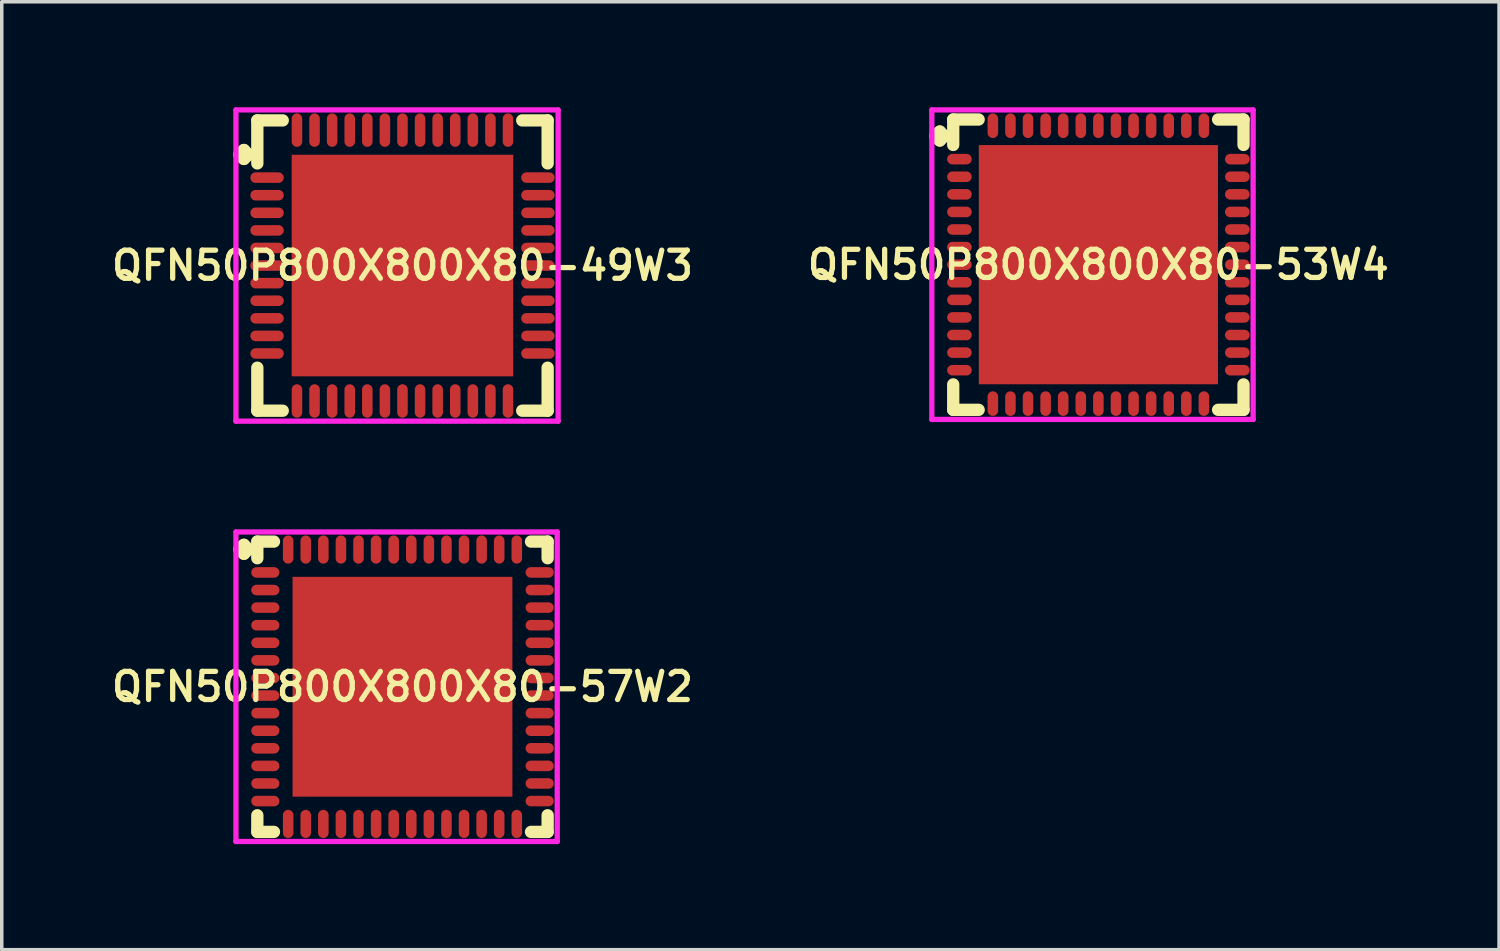
<source format=kicad_pcb>
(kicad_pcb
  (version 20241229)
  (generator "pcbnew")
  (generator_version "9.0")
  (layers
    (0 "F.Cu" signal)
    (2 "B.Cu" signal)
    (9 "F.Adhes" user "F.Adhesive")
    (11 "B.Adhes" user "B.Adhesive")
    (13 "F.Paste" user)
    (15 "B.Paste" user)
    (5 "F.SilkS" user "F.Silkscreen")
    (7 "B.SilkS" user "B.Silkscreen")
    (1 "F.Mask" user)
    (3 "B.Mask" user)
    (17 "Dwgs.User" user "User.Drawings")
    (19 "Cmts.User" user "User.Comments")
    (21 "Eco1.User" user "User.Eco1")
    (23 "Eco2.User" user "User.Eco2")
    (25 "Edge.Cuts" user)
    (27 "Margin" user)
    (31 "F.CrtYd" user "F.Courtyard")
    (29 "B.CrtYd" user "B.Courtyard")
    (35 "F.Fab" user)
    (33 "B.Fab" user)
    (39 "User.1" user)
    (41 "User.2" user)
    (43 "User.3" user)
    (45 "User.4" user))
  (footprint "QFN50P800X800X80-53W4"
    (layer "F.Cu")
    (at 28.178 4.475)
    (property "Reference" "QFN50P800X800X80-53W4" (at 0 0 0) (layer "F.SilkS") (effects (font (size 0.8 0.8) (thickness 0.15))))
    (attr smd)
    (fp_line (start -4.635 -3.658) (end -4.508 -3.785) (stroke (width 0.35) (type solid)) (layer "F.SilkS"))
    (fp_line (start -4.508 -3.785) (end -4.381 -3.658) (stroke (width 0.35) (type solid)) (layer "F.SilkS"))
    (fp_line (start -4.508 -3.531) (end -4.635 -3.658) (stroke (width 0.35) (type solid)) (layer "F.SilkS"))
    (fp_line (start -4.381 -3.658) (end -4.508 -3.531) (stroke (width 0.35) (type solid)) (layer "F.SilkS"))
    (fp_line (start -4.127 -4.127) (end -3.404 -4.127) (stroke (width 0.35) (type solid)) (layer "F.SilkS"))
    (fp_line (start -4.127 -3.404) (end -4.127 -4.127) (stroke (width 0.35) (type solid)) (layer "F.SilkS"))
    (fp_line (start -4.127 3.404) (end -4.127 4.127) (stroke (width 0.35) (type solid)) (layer "F.SilkS"))
    (fp_line (start -4.127 4.127) (end -3.404 4.127) (stroke (width 0.35) (type solid)) (layer "F.SilkS"))
    (fp_line (start 3.404 -4.127) (end 4.127 -4.127) (stroke (width 0.35) (type solid)) (layer "F.SilkS"))
    (fp_line (start 3.404 4.127) (end 4.127 4.127) (stroke (width 0.35) (type solid)) (layer "F.SilkS"))
    (fp_line (start 4.127 -4.127) (end 4.127 -3.404) (stroke (width 0.35) (type solid)) (layer "F.SilkS"))
    (fp_line (start 4.127 4.127) (end 4.127 3.404) (stroke (width 0.35) (type solid)) (layer "F.SilkS"))
    (fp_line (start -4.735 -4.4) (end 4.4 -4.4) (stroke (width 0.15) (type solid)) (layer "F.CrtYd"))
    (fp_line (start -4.735 4.4) (end -4.735 -4.4) (stroke (width 0.15) (type solid)) (layer "F.CrtYd"))
    (fp_line (start 4.4 -4.4) (end 4.4 4.4) (stroke (width 0.15) (type solid)) (layer "F.CrtYd"))
    (fp_line (start 4.4 4.4) (end -4.735 4.4) (stroke (width 0.15) (type solid)) (layer "F.CrtYd"))
    (pad "1" smd oval (at -3.95 -3) (size 0.7 0.3) (layers "F.Cu" "F.Mask" "F.Paste"))
    (pad "2" smd oval (at -3.95 -2.5) (size 0.7 0.3) (layers "F.Cu" "F.Mask" "F.Paste"))
    (pad "3" smd oval (at -3.95 -2) (size 0.7 0.3) (layers "F.Cu" "F.Mask" "F.Paste"))
    (pad "4" smd oval (at -3.95 -1.5) (size 0.7 0.3) (layers "F.Cu" "F.Mask" "F.Paste"))
    (pad "5" smd oval (at -3.95 -1) (size 0.7 0.3) (layers "F.Cu" "F.Mask" "F.Paste"))
    (pad "6" smd oval (at -3.95 -0.5) (size 0.7 0.3) (layers "F.Cu" "F.Mask" "F.Paste"))
    (pad "7" smd oval (at -3.95 0) (size 0.7 0.3) (layers "F.Cu" "F.Mask" "F.Paste"))
    (pad "8" smd oval (at -3.95 0.5) (size 0.7 0.3) (layers "F.Cu" "F.Mask" "F.Paste"))
    (pad "9" smd oval (at -3.95 1) (size 0.7 0.3) (layers "F.Cu" "F.Mask" "F.Paste"))
    (pad "10" smd oval (at -3.95 1.5) (size 0.7 0.3) (layers "F.Cu" "F.Mask" "F.Paste"))
    (pad "11" smd oval (at -3.95 2) (size 0.7 0.3) (layers "F.Cu" "F.Mask" "F.Paste"))
    (pad "12" smd oval (at -3.95 2.5) (size 0.7 0.3) (layers "F.Cu" "F.Mask" "F.Paste"))
    (pad "13" smd oval (at -3.95 3) (size 0.7 0.3) (layers "F.Cu" "F.Mask" "F.Paste"))
    (pad "14" smd oval (at -3 3.95) (size 0.3 0.7) (layers "F.Cu" "F.Mask" "F.Paste"))
    (pad "15" smd oval (at -2.5 3.95) (size 0.3 0.7) (layers "F.Cu" "F.Mask" "F.Paste"))
    (pad "16" smd oval (at -2 3.95) (size 0.3 0.7) (layers "F.Cu" "F.Mask" "F.Paste"))
    (pad "17" smd oval (at -1.5 3.95) (size 0.3 0.7) (layers "F.Cu" "F.Mask" "F.Paste"))
    (pad "18" smd oval (at -1 3.95) (size 0.3 0.7) (layers "F.Cu" "F.Mask" "F.Paste"))
    (pad "19" smd oval (at -0.5 3.95) (size 0.3 0.7) (layers "F.Cu" "F.Mask" "F.Paste"))
    (pad "20" smd oval (at 0 3.95) (size 0.3 0.7) (layers "F.Cu" "F.Mask" "F.Paste"))
    (pad "21" smd oval (at 0.5 3.95) (size 0.3 0.7) (layers "F.Cu" "F.Mask" "F.Paste"))
    (pad "22" smd oval (at 1 3.95) (size 0.3 0.7) (layers "F.Cu" "F.Mask" "F.Paste"))
    (pad "23" smd oval (at 1.5 3.95) (size 0.3 0.7) (layers "F.Cu" "F.Mask" "F.Paste"))
    (pad "24" smd oval (at 2 3.95) (size 0.3 0.7) (layers "F.Cu" "F.Mask" "F.Paste"))
    (pad "25" smd oval (at 2.5 3.95) (size 0.3 0.7) (layers "F.Cu" "F.Mask" "F.Paste"))
    (pad "26" smd oval (at 3 3.95) (size 0.3 0.7) (layers "F.Cu" "F.Mask" "F.Paste"))
    (pad "27" smd oval (at 3.95 3) (size 0.7 0.3) (layers "F.Cu" "F.Mask" "F.Paste"))
    (pad "28" smd oval (at 3.95 2.5) (size 0.7 0.3) (layers "F.Cu" "F.Mask" "F.Paste"))
    (pad "29" smd oval (at 3.95 2) (size 0.7 0.3) (layers "F.Cu" "F.Mask" "F.Paste"))
    (pad "30" smd oval (at 3.95 1.5) (size 0.7 0.3) (layers "F.Cu" "F.Mask" "F.Paste"))
    (pad "31" smd oval (at 3.95 1) (size 0.7 0.3) (layers "F.Cu" "F.Mask" "F.Paste"))
    (pad "32" smd oval (at 3.95 0.5) (size 0.7 0.3) (layers "F.Cu" "F.Mask" "F.Paste"))
    (pad "33" smd oval (at 3.95 0) (size 0.7 0.3) (layers "F.Cu" "F.Mask" "F.Paste"))
    (pad "34" smd oval (at 3.95 -0.5) (size 0.7 0.3) (layers "F.Cu" "F.Mask" "F.Paste"))
    (pad "35" smd oval (at 3.95 -1) (size 0.7 0.3) (layers "F.Cu" "F.Mask" "F.Paste"))
    (pad "36" smd oval (at 3.95 -1.5) (size 0.7 0.3) (layers "F.Cu" "F.Mask" "F.Paste"))
    (pad "37" smd oval (at 3.95 -2) (size 0.7 0.3) (layers "F.Cu" "F.Mask" "F.Paste"))
    (pad "38" smd oval (at 3.95 -2.5) (size 0.7 0.3) (layers "F.Cu" "F.Mask" "F.Paste"))
    (pad "39" smd oval (at 3.95 -3) (size 0.7 0.3) (layers "F.Cu" "F.Mask" "F.Paste"))
    (pad "40" smd oval (at 3 -3.95) (size 0.3 0.7) (layers "F.Cu" "F.Mask" "F.Paste"))
    (pad "41" smd oval (at 2.5 -3.95) (size 0.3 0.7) (layers "F.Cu" "F.Mask" "F.Paste"))
    (pad "42" smd oval (at 2 -3.95) (size 0.3 0.7) (layers "F.Cu" "F.Mask" "F.Paste"))
    (pad "43" smd oval (at 1.5 -3.95) (size 0.3 0.7) (layers "F.Cu" "F.Mask" "F.Paste"))
    (pad "44" smd oval (at 1 -3.95) (size 0.3 0.7) (layers "F.Cu" "F.Mask" "F.Paste"))
    (pad "45" smd oval (at 0.5 -3.95) (size 0.3 0.7) (layers "F.Cu" "F.Mask" "F.Paste"))
    (pad "46" smd oval (at 0 -3.95) (size 0.3 0.7) (layers "F.Cu" "F.Mask" "F.Paste"))
    (pad "47" smd oval (at -0.5 -3.95) (size 0.3 0.7) (layers "F.Cu" "F.Mask" "F.Paste"))
    (pad "48" smd oval (at -1 -3.95) (size 0.3 0.7) (layers "F.Cu" "F.Mask" "F.Paste"))
    (pad "49" smd oval (at -1.5 -3.95) (size 0.3 0.7) (layers "F.Cu" "F.Mask" "F.Paste"))
    (pad "50" smd oval (at -2 -3.95) (size 0.3 0.7) (layers "F.Cu" "F.Mask" "F.Paste"))
    (pad "51" smd oval (at -2.5 -3.95) (size 0.3 0.7) (layers "F.Cu" "F.Mask" "F.Paste"))
    (pad "52" smd oval (at -3 -3.95) (size 0.3 0.7) (layers "F.Cu" "F.Mask" "F.Paste"))
    (pad "53" smd rect (at 0 0) (size 6.8 6.8) (layers "F.Cu" "F.Mask" "F.Paste")))
  (footprint "QFN50P800X800X80-57W2"
    (layer "F.Cu")
    (at 8.393 16.475)
    (property "Reference" "QFN50P800X800X80-57W2" (at 0 0 0) (layer "F.SilkS") (effects (font (size 0.8 0.8) (thickness 0.15))))
    (attr smd)
    (fp_line (start -4.635 -3.908) (end -4.508 -4.035) (stroke (width 0.35) (type solid)) (layer "F.SilkS"))
    (fp_line (start -4.508 -4.035) (end -4.381 -3.908) (stroke (width 0.35) (type solid)) (layer "F.SilkS"))
    (fp_line (start -4.508 -3.781) (end -4.635 -3.908) (stroke (width 0.35) (type solid)) (layer "F.SilkS"))
    (fp_line (start -4.381 -3.908) (end -4.508 -3.781) (stroke (width 0.35) (type solid)) (layer "F.SilkS"))
    (fp_line (start -4.127 -4.127) (end -3.654 -4.127) (stroke (width 0.35) (type solid)) (layer "F.SilkS"))
    (fp_line (start -4.127 -3.654) (end -4.127 -4.127) (stroke (width 0.35) (type solid)) (layer "F.SilkS"))
    (fp_line (start -4.127 3.654) (end -4.127 4.127) (stroke (width 0.35) (type solid)) (layer "F.SilkS"))
    (fp_line (start -4.127 4.127) (end -3.654 4.127) (stroke (width 0.35) (type solid)) (layer "F.SilkS"))
    (fp_line (start 3.654 -4.127) (end 4.127 -4.127) (stroke (width 0.35) (type solid)) (layer "F.SilkS"))
    (fp_line (start 3.654 4.127) (end 4.127 4.127) (stroke (width 0.35) (type solid)) (layer "F.SilkS"))
    (fp_line (start 4.127 -4.127) (end 4.127 -3.654) (stroke (width 0.35) (type solid)) (layer "F.SilkS"))
    (fp_line (start 4.127 4.127) (end 4.127 3.654) (stroke (width 0.35) (type solid)) (layer "F.SilkS"))
    (fp_line (start -4.735 -4.4) (end 4.4 -4.4) (stroke (width 0.15) (type solid)) (layer "F.CrtYd"))
    (fp_line (start -4.735 4.4) (end -4.735 -4.4) (stroke (width 0.15) (type solid)) (layer "F.CrtYd"))
    (fp_line (start 4.4 -4.4) (end 4.4 4.4) (stroke (width 0.15) (type solid)) (layer "F.CrtYd"))
    (fp_line (start 4.4 4.4) (end -4.735 4.4) (stroke (width 0.15) (type solid)) (layer "F.CrtYd"))
    (pad "1" smd oval (at -3.9 -3.25) (size 0.8 0.3) (layers "F.Cu" "F.Mask" "F.Paste"))
    (pad "2" smd oval (at -3.9 -2.75) (size 0.8 0.3) (layers "F.Cu" "F.Mask" "F.Paste"))
    (pad "3" smd oval (at -3.9 -2.25) (size 0.8 0.3) (layers "F.Cu" "F.Mask" "F.Paste"))
    (pad "4" smd oval (at -3.9 -1.75) (size 0.8 0.3) (layers "F.Cu" "F.Mask" "F.Paste"))
    (pad "5" smd oval (at -3.9 -1.25) (size 0.8 0.3) (layers "F.Cu" "F.Mask" "F.Paste"))
    (pad "6" smd oval (at -3.9 -0.75) (size 0.8 0.3) (layers "F.Cu" "F.Mask" "F.Paste"))
    (pad "7" smd oval (at -3.9 -0.25) (size 0.8 0.3) (layers "F.Cu" "F.Mask" "F.Paste"))
    (pad "8" smd oval (at -3.9 0.25) (size 0.8 0.3) (layers "F.Cu" "F.Mask" "F.Paste"))
    (pad "9" smd oval (at -3.9 0.75) (size 0.8 0.3) (layers "F.Cu" "F.Mask" "F.Paste"))
    (pad "10" smd oval (at -3.9 1.25) (size 0.8 0.3) (layers "F.Cu" "F.Mask" "F.Paste"))
    (pad "11" smd oval (at -3.9 1.75) (size 0.8 0.3) (layers "F.Cu" "F.Mask" "F.Paste"))
    (pad "12" smd oval (at -3.9 2.25) (size 0.8 0.3) (layers "F.Cu" "F.Mask" "F.Paste"))
    (pad "13" smd oval (at -3.9 2.75) (size 0.8 0.3) (layers "F.Cu" "F.Mask" "F.Paste"))
    (pad "14" smd oval (at -3.9 3.25) (size 0.8 0.3) (layers "F.Cu" "F.Mask" "F.Paste"))
    (pad "15" smd oval (at -3.25 3.9) (size 0.3 0.8) (layers "F.Cu" "F.Mask" "F.Paste"))
    (pad "16" smd oval (at -2.75 3.9) (size 0.3 0.8) (layers "F.Cu" "F.Mask" "F.Paste"))
    (pad "17" smd oval (at -2.25 3.9) (size 0.3 0.8) (layers "F.Cu" "F.Mask" "F.Paste"))
    (pad "18" smd oval (at -1.75 3.9) (size 0.3 0.8) (layers "F.Cu" "F.Mask" "F.Paste"))
    (pad "19" smd oval (at -1.25 3.9) (size 0.3 0.8) (layers "F.Cu" "F.Mask" "F.Paste"))
    (pad "20" smd oval (at -0.75 3.9) (size 0.3 0.8) (layers "F.Cu" "F.Mask" "F.Paste"))
    (pad "21" smd oval (at -0.25 3.9) (size 0.3 0.8) (layers "F.Cu" "F.Mask" "F.Paste"))
    (pad "22" smd oval (at 0.25 3.9) (size 0.3 0.8) (layers "F.Cu" "F.Mask" "F.Paste"))
    (pad "23" smd oval (at 0.75 3.9) (size 0.3 0.8) (layers "F.Cu" "F.Mask" "F.Paste"))
    (pad "24" smd oval (at 1.25 3.9) (size 0.3 0.8) (layers "F.Cu" "F.Mask" "F.Paste"))
    (pad "25" smd oval (at 1.75 3.9) (size 0.3 0.8) (layers "F.Cu" "F.Mask" "F.Paste"))
    (pad "26" smd oval (at 2.25 3.9) (size 0.3 0.8) (layers "F.Cu" "F.Mask" "F.Paste"))
    (pad "27" smd oval (at 2.75 3.9) (size 0.3 0.8) (layers "F.Cu" "F.Mask" "F.Paste"))
    (pad "28" smd oval (at 3.25 3.9) (size 0.3 0.8) (layers "F.Cu" "F.Mask" "F.Paste"))
    (pad "29" smd oval (at 3.9 3.25) (size 0.8 0.3) (layers "F.Cu" "F.Mask" "F.Paste"))
    (pad "30" smd oval (at 3.9 2.75) (size 0.8 0.3) (layers "F.Cu" "F.Mask" "F.Paste"))
    (pad "31" smd oval (at 3.9 2.25) (size 0.8 0.3) (layers "F.Cu" "F.Mask" "F.Paste"))
    (pad "32" smd oval (at 3.9 1.75) (size 0.8 0.3) (layers "F.Cu" "F.Mask" "F.Paste"))
    (pad "33" smd oval (at 3.9 1.25) (size 0.8 0.3) (layers "F.Cu" "F.Mask" "F.Paste"))
    (pad "34" smd oval (at 3.9 0.75) (size 0.8 0.3) (layers "F.Cu" "F.Mask" "F.Paste"))
    (pad "35" smd oval (at 3.9 0.25) (size 0.8 0.3) (layers "F.Cu" "F.Mask" "F.Paste"))
    (pad "36" smd oval (at 3.9 -0.25) (size 0.8 0.3) (layers "F.Cu" "F.Mask" "F.Paste"))
    (pad "37" smd oval (at 3.9 -0.75) (size 0.8 0.3) (layers "F.Cu" "F.Mask" "F.Paste"))
    (pad "38" smd oval (at 3.9 -1.25) (size 0.8 0.3) (layers "F.Cu" "F.Mask" "F.Paste"))
    (pad "39" smd oval (at 3.9 -1.75) (size 0.8 0.3) (layers "F.Cu" "F.Mask" "F.Paste"))
    (pad "40" smd oval (at 3.9 -2.25) (size 0.8 0.3) (layers "F.Cu" "F.Mask" "F.Paste"))
    (pad "41" smd oval (at 3.9 -2.75) (size 0.8 0.3) (layers "F.Cu" "F.Mask" "F.Paste"))
    (pad "42" smd oval (at 3.9 -3.25) (size 0.8 0.3) (layers "F.Cu" "F.Mask" "F.Paste"))
    (pad "43" smd oval (at 3.25 -3.9) (size 0.3 0.8) (layers "F.Cu" "F.Mask" "F.Paste"))
    (pad "44" smd oval (at 2.75 -3.9) (size 0.3 0.8) (layers "F.Cu" "F.Mask" "F.Paste"))
    (pad "45" smd oval (at 2.25 -3.9) (size 0.3 0.8) (layers "F.Cu" "F.Mask" "F.Paste"))
    (pad "46" smd oval (at 1.75 -3.9) (size 0.3 0.8) (layers "F.Cu" "F.Mask" "F.Paste"))
    (pad "47" smd oval (at 1.25 -3.9) (size 0.3 0.8) (layers "F.Cu" "F.Mask" "F.Paste"))
    (pad "48" smd oval (at 0.75 -3.9) (size 0.3 0.8) (layers "F.Cu" "F.Mask" "F.Paste"))
    (pad "49" smd oval (at 0.25 -3.9) (size 0.3 0.8) (layers "F.Cu" "F.Mask" "F.Paste"))
    (pad "50" smd oval (at -0.25 -3.9) (size 0.3 0.8) (layers "F.Cu" "F.Mask" "F.Paste"))
    (pad "51" smd oval (at -0.75 -3.9) (size 0.3 0.8) (layers "F.Cu" "F.Mask" "F.Paste"))
    (pad "52" smd oval (at -1.25 -3.9) (size 0.3 0.8) (layers "F.Cu" "F.Mask" "F.Paste"))
    (pad "53" smd oval (at -1.75 -3.9) (size 0.3 0.8) (layers "F.Cu" "F.Mask" "F.Paste"))
    (pad "54" smd oval (at -2.25 -3.9) (size 0.3 0.8) (layers "F.Cu" "F.Mask" "F.Paste"))
    (pad "55" smd oval (at -2.75 -3.9) (size 0.3 0.8) (layers "F.Cu" "F.Mask" "F.Paste"))
    (pad "56" smd oval (at -3.25 -3.9) (size 0.3 0.8) (layers "F.Cu" "F.Mask" "F.Paste"))
    (pad "57" smd rect (at 0 0) (size 6.25 6.25) (layers "F.Cu" "F.Mask" "F.Paste")))
  (footprint "QFN50P800X800X80-49W3"
    (layer "F.Cu")
    (at 8.393 4.5)
    (property "Reference" "QFN50P800X800X80-49W3" (at 0 0 0) (layer "F.SilkS") (effects (font (size 0.8 0.8) (thickness 0.15))))
    (attr smd)
    (fp_line (start -4.635 -3.158) (end -4.508 -3.285) (stroke (width 0.35) (type solid)) (layer "F.SilkS"))
    (fp_line (start -4.508 -3.285) (end -4.381 -3.158) (stroke (width 0.35) (type solid)) (layer "F.SilkS"))
    (fp_line (start -4.508 -3.031) (end -4.635 -3.158) (stroke (width 0.35) (type solid)) (layer "F.SilkS"))
    (fp_line (start -4.381 -3.158) (end -4.508 -3.031) (stroke (width 0.35) (type solid)) (layer "F.SilkS"))
    (fp_line (start -4.127 -4.127) (end -3.404 -4.127) (stroke (width 0.35) (type solid)) (layer "F.SilkS"))
    (fp_line (start -4.127 -2.904) (end -4.127 -4.127) (stroke (width 0.35) (type solid)) (layer "F.SilkS"))
    (fp_line (start -4.127 2.904) (end -4.127 4.127) (stroke (width 0.35) (type solid)) (layer "F.SilkS"))
    (fp_line (start -4.127 4.127) (end -3.404 4.127) (stroke (width 0.35) (type solid)) (layer "F.SilkS"))
    (fp_line (start 3.404 -4.127) (end 4.127 -4.127) (stroke (width 0.35) (type solid)) (layer "F.SilkS"))
    (fp_line (start 3.404 4.127) (end 4.127 4.127) (stroke (width 0.35) (type solid)) (layer "F.SilkS"))
    (fp_line (start 4.127 -4.127) (end 4.127 -2.904) (stroke (width 0.35) (type solid)) (layer "F.SilkS"))
    (fp_line (start 4.127 4.127) (end 4.127 2.904) (stroke (width 0.35) (type solid)) (layer "F.SilkS"))
    (fp_line (start -4.735 -4.425) (end 4.425 -4.425) (stroke (width 0.15) (type solid)) (layer "F.CrtYd"))
    (fp_line (start -4.735 4.425) (end -4.735 -4.425) (stroke (width 0.15) (type solid)) (layer "F.CrtYd"))
    (fp_line (start 4.425 -4.425) (end 4.425 4.425) (stroke (width 0.15) (type solid)) (layer "F.CrtYd"))
    (fp_line (start 4.425 4.425) (end -4.735 4.425) (stroke (width 0.15) (type solid)) (layer "F.CrtYd"))
    (pad "1" smd oval (at -3.85 -2.5) (size 0.95 0.3) (layers "F.Cu" "F.Mask" "F.Paste"))
    (pad "2" smd oval (at -3.85 -2) (size 0.95 0.3) (layers "F.Cu" "F.Mask" "F.Paste"))
    (pad "3" smd oval (at -3.85 -1.5) (size 0.95 0.3) (layers "F.Cu" "F.Mask" "F.Paste"))
    (pad "4" smd oval (at -3.85 -1) (size 0.95 0.3) (layers "F.Cu" "F.Mask" "F.Paste"))
    (pad "5" smd oval (at -3.85 -0.5) (size 0.95 0.3) (layers "F.Cu" "F.Mask" "F.Paste"))
    (pad "6" smd oval (at -3.85 0) (size 0.95 0.3) (layers "F.Cu" "F.Mask" "F.Paste"))
    (pad "7" smd oval (at -3.85 0.5) (size 0.95 0.3) (layers "F.Cu" "F.Mask" "F.Paste"))
    (pad "8" smd oval (at -3.85 1) (size 0.95 0.3) (layers "F.Cu" "F.Mask" "F.Paste"))
    (pad "9" smd oval (at -3.85 1.5) (size 0.95 0.3) (layers "F.Cu" "F.Mask" "F.Paste"))
    (pad "10" smd oval (at -3.85 2) (size 0.95 0.3) (layers "F.Cu" "F.Mask" "F.Paste"))
    (pad "11" smd oval (at -3.85 2.5) (size 0.95 0.3) (layers "F.Cu" "F.Mask" "F.Paste"))
    (pad "12" smd oval (at -3 3.85) (size 0.3 0.95) (layers "F.Cu" "F.Mask" "F.Paste"))
    (pad "13" smd oval (at -2.5 3.85) (size 0.3 0.95) (layers "F.Cu" "F.Mask" "F.Paste"))
    (pad "14" smd oval (at -2 3.85) (size 0.3 0.95) (layers "F.Cu" "F.Mask" "F.Paste"))
    (pad "15" smd oval (at -1.5 3.85) (size 0.3 0.95) (layers "F.Cu" "F.Mask" "F.Paste"))
    (pad "16" smd oval (at -1 3.85) (size 0.3 0.95) (layers "F.Cu" "F.Mask" "F.Paste"))
    (pad "17" smd oval (at -0.5 3.85) (size 0.3 0.95) (layers "F.Cu" "F.Mask" "F.Paste"))
    (pad "18" smd oval (at 0 3.85) (size 0.3 0.95) (layers "F.Cu" "F.Mask" "F.Paste"))
    (pad "19" smd oval (at 0.5 3.85) (size 0.3 0.95) (layers "F.Cu" "F.Mask" "F.Paste"))
    (pad "20" smd oval (at 1 3.85) (size 0.3 0.95) (layers "F.Cu" "F.Mask" "F.Paste"))
    (pad "21" smd oval (at 1.5 3.85) (size 0.3 0.95) (layers "F.Cu" "F.Mask" "F.Paste"))
    (pad "22" smd oval (at 2 3.85) (size 0.3 0.95) (layers "F.Cu" "F.Mask" "F.Paste"))
    (pad "23" smd oval (at 2.5 3.85) (size 0.3 0.95) (layers "F.Cu" "F.Mask" "F.Paste"))
    (pad "24" smd oval (at 3 3.85) (size 0.3 0.95) (layers "F.Cu" "F.Mask" "F.Paste"))
    (pad "25" smd oval (at 3.85 2.5) (size 0.95 0.3) (layers "F.Cu" "F.Mask" "F.Paste"))
    (pad "26" smd oval (at 3.85 2) (size 0.95 0.3) (layers "F.Cu" "F.Mask" "F.Paste"))
    (pad "27" smd oval (at 3.85 1.5) (size 0.95 0.3) (layers "F.Cu" "F.Mask" "F.Paste"))
    (pad "28" smd oval (at 3.85 1) (size 0.95 0.3) (layers "F.Cu" "F.Mask" "F.Paste"))
    (pad "29" smd oval (at 3.85 0.5) (size 0.95 0.3) (layers "F.Cu" "F.Mask" "F.Paste"))
    (pad "30" smd oval (at 3.85 0) (size 0.95 0.3) (layers "F.Cu" "F.Mask" "F.Paste"))
    (pad "31" smd oval (at 3.85 -0.5) (size 0.95 0.3) (layers "F.Cu" "F.Mask" "F.Paste"))
    (pad "32" smd oval (at 3.85 -1) (size 0.95 0.3) (layers "F.Cu" "F.Mask" "F.Paste"))
    (pad "33" smd oval (at 3.85 -1.5) (size 0.95 0.3) (layers "F.Cu" "F.Mask" "F.Paste"))
    (pad "34" smd oval (at 3.85 -2) (size 0.95 0.3) (layers "F.Cu" "F.Mask" "F.Paste"))
    (pad "35" smd oval (at 3.85 -2.5) (size 0.95 0.3) (layers "F.Cu" "F.Mask" "F.Paste"))
    (pad "36" smd oval (at 3 -3.85) (size 0.3 0.95) (layers "F.Cu" "F.Mask" "F.Paste"))
    (pad "37" smd oval (at 2.5 -3.85) (size 0.3 0.95) (layers "F.Cu" "F.Mask" "F.Paste"))
    (pad "38" smd oval (at 2 -3.85) (size 0.3 0.95) (layers "F.Cu" "F.Mask" "F.Paste"))
    (pad "39" smd oval (at 1.5 -3.85) (size 0.3 0.95) (layers "F.Cu" "F.Mask" "F.Paste"))
    (pad "40" smd oval (at 1 -3.85) (size 0.3 0.95) (layers "F.Cu" "F.Mask" "F.Paste"))
    (pad "41" smd oval (at 0.5 -3.85) (size 0.3 0.95) (layers "F.Cu" "F.Mask" "F.Paste"))
    (pad "42" smd oval (at 0 -3.85) (size 0.3 0.95) (layers "F.Cu" "F.Mask" "F.Paste"))
    (pad "43" smd oval (at -0.5 -3.85) (size 0.3 0.95) (layers "F.Cu" "F.Mask" "F.Paste"))
    (pad "44" smd oval (at -1 -3.85) (size 0.3 0.95) (layers "F.Cu" "F.Mask" "F.Paste"))
    (pad "45" smd oval (at -1.5 -3.85) (size 0.3 0.95) (layers "F.Cu" "F.Mask" "F.Paste"))
    (pad "46" smd oval (at -2 -3.85) (size 0.3 0.95) (layers "F.Cu" "F.Mask" "F.Paste"))
    (pad "47" smd oval (at -2.5 -3.85) (size 0.3 0.95) (layers "F.Cu" "F.Mask" "F.Paste"))
    (pad "48" smd oval (at -3 -3.85) (size 0.3 0.95) (layers "F.Cu" "F.Mask" "F.Paste"))
    (pad "49" smd rect (at 0 0) (size 6.3 6.3) (layers "F.Cu" "F.Mask" "F.Paste")))
  (gr_rect
    (start -3 -3)
    (end 39.57 23.95)
    (stroke (width 0.1) (type default))
    (fill no)
    (layer "Edge.Cuts")))
</source>
